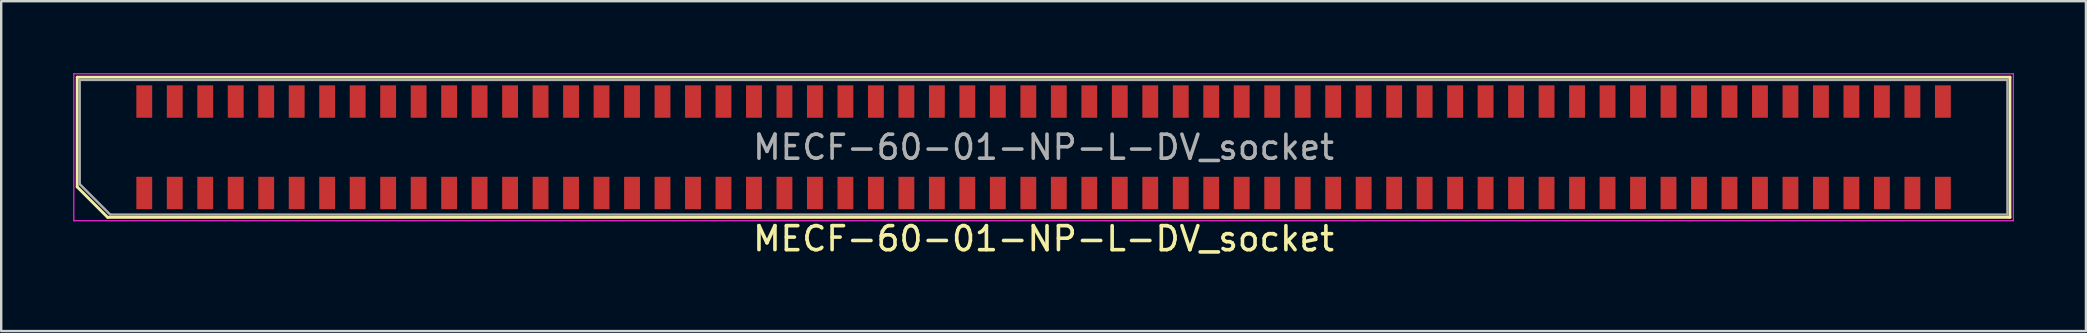
<source format=kicad_pcb>
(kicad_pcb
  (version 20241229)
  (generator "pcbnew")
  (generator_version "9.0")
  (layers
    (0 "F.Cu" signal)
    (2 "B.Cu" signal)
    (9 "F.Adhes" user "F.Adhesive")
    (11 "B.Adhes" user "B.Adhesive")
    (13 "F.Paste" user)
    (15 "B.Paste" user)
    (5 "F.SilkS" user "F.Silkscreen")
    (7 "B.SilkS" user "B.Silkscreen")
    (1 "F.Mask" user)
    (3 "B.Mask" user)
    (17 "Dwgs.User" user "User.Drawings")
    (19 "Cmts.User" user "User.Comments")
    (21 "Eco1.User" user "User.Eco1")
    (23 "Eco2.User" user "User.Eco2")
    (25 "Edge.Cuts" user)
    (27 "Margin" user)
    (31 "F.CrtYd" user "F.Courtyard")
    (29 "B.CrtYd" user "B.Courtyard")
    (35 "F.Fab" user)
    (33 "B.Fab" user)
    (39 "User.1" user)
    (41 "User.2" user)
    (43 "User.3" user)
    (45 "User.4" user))
  (footprint "MECF-60-01-NP-L-DV_socket"
    (layer "F.Cu")
    (at 40.425 3.085)
    (property "Reference" "MECF-60-01-NP-L-DV_socket" (at 0 3.81 0) (layer "F.SilkS") (effects (font (size 1 1) (thickness 0.15))))
    (attr smd)
    (fp_line (start -40.26 -2.92) (end 40.26 -2.92) (stroke (width 0.12) (type solid)) (layer "F.SilkS"))
    (fp_line (start -40.26 1.65) (end -40.26 -2.92) (stroke (width 0.12) (type solid)) (layer "F.SilkS"))
    (fp_line (start -38.99 2.92) (end -40.26 1.65) (stroke (width 0.12) (type solid)) (layer "F.SilkS"))
    (fp_line (start -38.99 2.92) (end 40.26 2.92) (stroke (width 0.12) (type solid)) (layer "F.SilkS"))
    (fp_line (start 40.26 2.92) (end 40.26 -2.92) (stroke (width 0.12) (type solid)) (layer "F.SilkS"))
    (fp_line (start -40.4 -3.06) (end -40.4 3.06) (stroke (width 0.05) (type solid)) (layer "F.CrtYd"))
    (fp_line (start -40.4 3.06) (end 40.4 3.06) (stroke (width 0.05) (type solid)) (layer "F.CrtYd"))
    (fp_line (start 40.4 -3.06) (end -40.4 -3.06) (stroke (width 0.05) (type solid)) (layer "F.CrtYd"))
    (fp_line (start 40.4 3.06) (end 40.4 -3.06) (stroke (width 0.05) (type solid)) (layer "F.CrtYd"))
    (fp_line (start -40.155 -2.805) (end 40.155 -2.805) (stroke (width 0.1) (type solid)) (layer "F.Fab"))
    (fp_line (start -40.155 1.535) (end -40.155 -2.805) (stroke (width 0.1) (type solid)) (layer "F.Fab"))
    (fp_line (start -40.155 1.535) (end -38.885 2.805) (stroke (width 0.1) (type solid)) (layer "F.Fab"))
    (fp_line (start -38.885 2.805) (end 40.155 2.805) (stroke (width 0.1) (type solid)) (layer "F.Fab"))
    (fp_line (start 40.155 2.805) (end 40.155 -2.805) (stroke (width 0.1) (type solid)) (layer "F.Fab"))
    (fp_text user "${REFERENCE}" (at 0 0 0) (layer "F.Fab") (effects (font (size 1 1) (thickness 0.15))))
    (pad "" np_thru_hole circle (at -39.245 0) (size 0.001 0.001) (drill 1.45) (layers "*.Cu" "*.Mask"))
    (pad "" np_thru_hole circle (at 39.245 1) (size 0.001 0.001) (drill 1.45) (layers "*.Cu" "*.Mask"))
    (pad "1" smd rect (at -37.465 1.905) (size 0.66 1.35) (layers "F.Cu" "F.Mask" "F.Paste"))
    (pad "2" smd rect (at -37.465 -1.905) (size 0.66 1.35) (layers "F.Cu" "F.Mask" "F.Paste"))
    (pad "3" smd rect (at -36.195 1.905) (size 0.66 1.35) (layers "F.Cu" "F.Mask" "F.Paste"))
    (pad "4" smd rect (at -36.195 -1.905) (size 0.66 1.35) (layers "F.Cu" "F.Mask" "F.Paste"))
    (pad "5" smd rect (at -34.925 1.905) (size 0.66 1.35) (layers "F.Cu" "F.Mask" "F.Paste"))
    (pad "6" smd rect (at -34.925 -1.905) (size 0.66 1.35) (layers "F.Cu" "F.Mask" "F.Paste"))
    (pad "7" smd rect (at -33.655 1.905) (size 0.66 1.35) (layers "F.Cu" "F.Mask" "F.Paste"))
    (pad "8" smd rect (at -33.655 -1.905) (size 0.66 1.35) (layers "F.Cu" "F.Mask" "F.Paste"))
    (pad "9" smd rect (at -32.385 1.905) (size 0.66 1.35) (layers "F.Cu" "F.Mask" "F.Paste"))
    (pad "10" smd rect (at -32.385 -1.905) (size 0.66 1.35) (layers "F.Cu" "F.Mask" "F.Paste"))
    (pad "11" smd rect (at -31.115 1.905) (size 0.66 1.35) (layers "F.Cu" "F.Mask" "F.Paste"))
    (pad "12" smd rect (at -31.115 -1.905) (size 0.66 1.35) (layers "F.Cu" "F.Mask" "F.Paste"))
    (pad "13" smd rect (at -29.845 1.905) (size 0.66 1.35) (layers "F.Cu" "F.Mask" "F.Paste"))
    (pad "14" smd rect (at -29.845 -1.905) (size 0.66 1.35) (layers "F.Cu" "F.Mask" "F.Paste"))
    (pad "15" smd rect (at -28.575 1.905) (size 0.66 1.35) (layers "F.Cu" "F.Mask" "F.Paste"))
    (pad "16" smd rect (at -28.575 -1.905) (size 0.66 1.35) (layers "F.Cu" "F.Mask" "F.Paste"))
    (pad "17" smd rect (at -27.305 1.905) (size 0.66 1.35) (layers "F.Cu" "F.Mask" "F.Paste"))
    (pad "18" smd rect (at -27.305 -1.905) (size 0.66 1.35) (layers "F.Cu" "F.Mask" "F.Paste"))
    (pad "19" smd rect (at -26.035 1.905) (size 0.66 1.35) (layers "F.Cu" "F.Mask" "F.Paste"))
    (pad "20" smd rect (at -26.035 -1.905) (size 0.66 1.35) (layers "F.Cu" "F.Mask" "F.Paste"))
    (pad "21" smd rect (at -24.765 1.905) (size 0.66 1.35) (layers "F.Cu" "F.Mask" "F.Paste"))
    (pad "22" smd rect (at -24.765 -1.905) (size 0.66 1.35) (layers "F.Cu" "F.Mask" "F.Paste"))
    (pad "23" smd rect (at -23.495 1.905) (size 0.66 1.35) (layers "F.Cu" "F.Mask" "F.Paste"))
    (pad "24" smd rect (at -23.495 -1.905) (size 0.66 1.35) (layers "F.Cu" "F.Mask" "F.Paste"))
    (pad "25" smd rect (at -22.225 1.905) (size 0.66 1.35) (layers "F.Cu" "F.Mask" "F.Paste"))
    (pad "26" smd rect (at -22.225 -1.905) (size 0.66 1.35) (layers "F.Cu" "F.Mask" "F.Paste"))
    (pad "27" smd rect (at -20.955 1.905) (size 0.66 1.35) (layers "F.Cu" "F.Mask" "F.Paste"))
    (pad "28" smd rect (at -20.955 -1.905) (size 0.66 1.35) (layers "F.Cu" "F.Mask" "F.Paste"))
    (pad "29" smd rect (at -19.685 1.905) (size 0.66 1.35) (layers "F.Cu" "F.Mask" "F.Paste"))
    (pad "30" smd rect (at -19.685 -1.905) (size 0.66 1.35) (layers "F.Cu" "F.Mask" "F.Paste"))
    (pad "31" smd rect (at -18.415 1.905) (size 0.66 1.35) (layers "F.Cu" "F.Mask" "F.Paste"))
    (pad "32" smd rect (at -18.415 -1.905) (size 0.66 1.35) (layers "F.Cu" "F.Mask" "F.Paste"))
    (pad "33" smd rect (at -17.145 1.905) (size 0.66 1.35) (layers "F.Cu" "F.Mask" "F.Paste"))
    (pad "34" smd rect (at -17.145 -1.905) (size 0.66 1.35) (layers "F.Cu" "F.Mask" "F.Paste"))
    (pad "35" smd rect (at -15.875 1.905) (size 0.66 1.35) (layers "F.Cu" "F.Mask" "F.Paste"))
    (pad "36" smd rect (at -15.875 -1.905) (size 0.66 1.35) (layers "F.Cu" "F.Mask" "F.Paste"))
    (pad "37" smd rect (at -14.605 1.905) (size 0.66 1.35) (layers "F.Cu" "F.Mask" "F.Paste"))
    (pad "38" smd rect (at -14.605 -1.905) (size 0.66 1.35) (layers "F.Cu" "F.Mask" "F.Paste"))
    (pad "39" smd rect (at -13.335 1.905) (size 0.66 1.35) (layers "F.Cu" "F.Mask" "F.Paste"))
    (pad "40" smd rect (at -13.335 -1.905) (size 0.66 1.35) (layers "F.Cu" "F.Mask" "F.Paste"))
    (pad "41" smd rect (at -12.065 1.905) (size 0.66 1.35) (layers "F.Cu" "F.Mask" "F.Paste"))
    (pad "42" smd rect (at -12.065 -1.905) (size 0.66 1.35) (layers "F.Cu" "F.Mask" "F.Paste"))
    (pad "43" smd rect (at -10.795 1.905) (size 0.66 1.35) (layers "F.Cu" "F.Mask" "F.Paste"))
    (pad "44" smd rect (at -10.795 -1.905) (size 0.66 1.35) (layers "F.Cu" "F.Mask" "F.Paste"))
    (pad "45" smd rect (at -9.525 1.905) (size 0.66 1.35) (layers "F.Cu" "F.Mask" "F.Paste"))
    (pad "46" smd rect (at -9.525 -1.905) (size 0.66 1.35) (layers "F.Cu" "F.Mask" "F.Paste"))
    (pad "47" smd rect (at -8.255 1.905) (size 0.66 1.35) (layers "F.Cu" "F.Mask" "F.Paste"))
    (pad "48" smd rect (at -8.255 -1.905) (size 0.66 1.35) (layers "F.Cu" "F.Mask" "F.Paste"))
    (pad "49" smd rect (at -6.985 1.905) (size 0.66 1.35) (layers "F.Cu" "F.Mask" "F.Paste"))
    (pad "50" smd rect (at -6.985 -1.905) (size 0.66 1.35) (layers "F.Cu" "F.Mask" "F.Paste"))
    (pad "51" smd rect (at -5.715 1.905) (size 0.66 1.35) (layers "F.Cu" "F.Mask" "F.Paste"))
    (pad "52" smd rect (at -5.715 -1.905) (size 0.66 1.35) (layers "F.Cu" "F.Mask" "F.Paste"))
    (pad "53" smd rect (at -4.445 1.905) (size 0.66 1.35) (layers "F.Cu" "F.Mask" "F.Paste"))
    (pad "54" smd rect (at -4.445 -1.905) (size 0.66 1.35) (layers "F.Cu" "F.Mask" "F.Paste"))
    (pad "55" smd rect (at -3.175 1.905) (size 0.66 1.35) (layers "F.Cu" "F.Mask" "F.Paste"))
    (pad "56" smd rect (at -3.175 -1.905) (size 0.66 1.35) (layers "F.Cu" "F.Mask" "F.Paste"))
    (pad "57" smd rect (at -1.905 1.905) (size 0.66 1.35) (layers "F.Cu" "F.Mask" "F.Paste"))
    (pad "58" smd rect (at -1.905 -1.905) (size 0.66 1.35) (layers "F.Cu" "F.Mask" "F.Paste"))
    (pad "59" smd rect (at -0.635 1.905) (size 0.66 1.35) (layers "F.Cu" "F.Mask" "F.Paste"))
    (pad "60" smd rect (at -0.635 -1.905) (size 0.66 1.35) (layers "F.Cu" "F.Mask" "F.Paste"))
    (pad "61" smd rect (at 0.635 1.905) (size 0.66 1.35) (layers "F.Cu" "F.Mask" "F.Paste"))
    (pad "62" smd rect (at 0.635 -1.905) (size 0.66 1.35) (layers "F.Cu" "F.Mask" "F.Paste"))
    (pad "63" smd rect (at 1.905 1.905) (size 0.66 1.35) (layers "F.Cu" "F.Mask" "F.Paste"))
    (pad "64" smd rect (at 1.905 -1.905) (size 0.66 1.35) (layers "F.Cu" "F.Mask" "F.Paste"))
    (pad "65" smd rect (at 3.175 1.905) (size 0.66 1.35) (layers "F.Cu" "F.Mask" "F.Paste"))
    (pad "66" smd rect (at 3.175 -1.905) (size 0.66 1.35) (layers "F.Cu" "F.Mask" "F.Paste"))
    (pad "67" smd rect (at 4.445 1.905) (size 0.66 1.35) (layers "F.Cu" "F.Mask" "F.Paste"))
    (pad "68" smd rect (at 4.445 -1.905) (size 0.66 1.35) (layers "F.Cu" "F.Mask" "F.Paste"))
    (pad "69" smd rect (at 5.715 1.905) (size 0.66 1.35) (layers "F.Cu" "F.Mask" "F.Paste"))
    (pad "70" smd rect (at 5.715 -1.905) (size 0.66 1.35) (layers "F.Cu" "F.Mask" "F.Paste"))
    (pad "71" smd rect (at 6.985 1.905) (size 0.66 1.35) (layers "F.Cu" "F.Mask" "F.Paste"))
    (pad "72" smd rect (at 6.985 -1.905) (size 0.66 1.35) (layers "F.Cu" "F.Mask" "F.Paste"))
    (pad "73" smd rect (at 8.255 1.905) (size 0.66 1.35) (layers "F.Cu" "F.Mask" "F.Paste"))
    (pad "74" smd rect (at 8.255 -1.905) (size 0.66 1.35) (layers "F.Cu" "F.Mask" "F.Paste"))
    (pad "75" smd rect (at 9.525 1.905) (size 0.66 1.35) (layers "F.Cu" "F.Mask" "F.Paste"))
    (pad "76" smd rect (at 9.525 -1.905) (size 0.66 1.35) (layers "F.Cu" "F.Mask" "F.Paste"))
    (pad "77" smd rect (at 10.795 1.905) (size 0.66 1.35) (layers "F.Cu" "F.Mask" "F.Paste"))
    (pad "78" smd rect (at 10.795 -1.905) (size 0.66 1.35) (layers "F.Cu" "F.Mask" "F.Paste"))
    (pad "79" smd rect (at 12.065 1.905) (size 0.66 1.35) (layers "F.Cu" "F.Mask" "F.Paste"))
    (pad "80" smd rect (at 12.065 -1.905) (size 0.66 1.35) (layers "F.Cu" "F.Mask" "F.Paste"))
    (pad "81" smd rect (at 13.335 1.905) (size 0.66 1.35) (layers "F.Cu" "F.Mask" "F.Paste"))
    (pad "82" smd rect (at 13.335 -1.905) (size 0.66 1.35) (layers "F.Cu" "F.Mask" "F.Paste"))
    (pad "83" smd rect (at 14.605 1.905) (size 0.66 1.35) (layers "F.Cu" "F.Mask" "F.Paste"))
    (pad "84" smd rect (at 14.605 -1.905) (size 0.66 1.35) (layers "F.Cu" "F.Mask" "F.Paste"))
    (pad "85" smd rect (at 15.875 1.905) (size 0.66 1.35) (layers "F.Cu" "F.Mask" "F.Paste"))
    (pad "86" smd rect (at 15.875 -1.905) (size 0.66 1.35) (layers "F.Cu" "F.Mask" "F.Paste"))
    (pad "87" smd rect (at 17.145 1.905) (size 0.66 1.35) (layers "F.Cu" "F.Mask" "F.Paste"))
    (pad "88" smd rect (at 17.145 -1.905) (size 0.66 1.35) (layers "F.Cu" "F.Mask" "F.Paste"))
    (pad "89" smd rect (at 18.415 1.905) (size 0.66 1.35) (layers "F.Cu" "F.Mask" "F.Paste"))
    (pad "90" smd rect (at 18.415 -1.905) (size 0.66 1.35) (layers "F.Cu" "F.Mask" "F.Paste"))
    (pad "91" smd rect (at 19.685 1.905) (size 0.66 1.35) (layers "F.Cu" "F.Mask" "F.Paste"))
    (pad "92" smd rect (at 19.685 -1.905) (size 0.66 1.35) (layers "F.Cu" "F.Mask" "F.Paste"))
    (pad "93" smd rect (at 20.955 1.905) (size 0.66 1.35) (layers "F.Cu" "F.Mask" "F.Paste"))
    (pad "94" smd rect (at 20.955 -1.905) (size 0.66 1.35) (layers "F.Cu" "F.Mask" "F.Paste"))
    (pad "95" smd rect (at 22.225 1.905) (size 0.66 1.35) (layers "F.Cu" "F.Mask" "F.Paste"))
    (pad "96" smd rect (at 22.225 -1.905) (size 0.66 1.35) (layers "F.Cu" "F.Mask" "F.Paste"))
    (pad "97" smd rect (at 23.495 1.905) (size 0.66 1.35) (layers "F.Cu" "F.Mask" "F.Paste"))
    (pad "98" smd rect (at 23.495 -1.905) (size 0.66 1.35) (layers "F.Cu" "F.Mask" "F.Paste"))
    (pad "99" smd rect (at 24.765 1.905) (size 0.66 1.35) (layers "F.Cu" "F.Mask" "F.Paste"))
    (pad "100" smd rect (at 24.765 -1.905) (size 0.66 1.35) (layers "F.Cu" "F.Mask" "F.Paste"))
    (pad "101" smd rect (at 26.035 1.905) (size 0.66 1.35) (layers "F.Cu" "F.Mask" "F.Paste"))
    (pad "102" smd rect (at 26.035 -1.905) (size 0.66 1.35) (layers "F.Cu" "F.Mask" "F.Paste"))
    (pad "103" smd rect (at 27.305 1.905) (size 0.66 1.35) (layers "F.Cu" "F.Mask" "F.Paste"))
    (pad "104" smd rect (at 27.305 -1.905) (size 0.66 1.35) (layers "F.Cu" "F.Mask" "F.Paste"))
    (pad "105" smd rect (at 28.575 1.905) (size 0.66 1.35) (layers "F.Cu" "F.Mask" "F.Paste"))
    (pad "106" smd rect (at 28.575 -1.905) (size 0.66 1.35) (layers "F.Cu" "F.Mask" "F.Paste"))
    (pad "107" smd rect (at 29.845 1.905) (size 0.66 1.35) (layers "F.Cu" "F.Mask" "F.Paste"))
    (pad "108" smd rect (at 29.845 -1.905) (size 0.66 1.35) (layers "F.Cu" "F.Mask" "F.Paste"))
    (pad "109" smd rect (at 31.115 1.905) (size 0.66 1.35) (layers "F.Cu" "F.Mask" "F.Paste"))
    (pad "110" smd rect (at 31.115 -1.905) (size 0.66 1.35) (layers "F.Cu" "F.Mask" "F.Paste"))
    (pad "111" smd rect (at 32.385 1.905) (size 0.66 1.35) (layers "F.Cu" "F.Mask" "F.Paste"))
    (pad "112" smd rect (at 32.385 -1.905) (size 0.66 1.35) (layers "F.Cu" "F.Mask" "F.Paste"))
    (pad "113" smd rect (at 33.655 1.905) (size 0.66 1.35) (layers "F.Cu" "F.Mask" "F.Paste"))
    (pad "114" smd rect (at 33.655 -1.905) (size 0.66 1.35) (layers "F.Cu" "F.Mask" "F.Paste"))
    (pad "115" smd rect (at 34.925 1.905) (size 0.66 1.35) (layers "F.Cu" "F.Mask" "F.Paste"))
    (pad "116" smd rect (at 34.925 -1.905) (size 0.66 1.35) (layers "F.Cu" "F.Mask" "F.Paste"))
    (pad "117" smd rect (at 36.195 1.905) (size 0.66 1.35) (layers "F.Cu" "F.Mask" "F.Paste"))
    (pad "118" smd rect (at 36.195 -1.905) (size 0.66 1.35) (layers "F.Cu" "F.Mask" "F.Paste"))
    (pad "119" smd rect (at 37.465 1.905) (size 0.66 1.35) (layers "F.Cu" "F.Mask" "F.Paste"))
    (pad "120" smd rect (at 37.465 -1.905) (size 0.66 1.35) (layers "F.Cu" "F.Mask" "F.Paste")))
  (gr_rect
    (start -3 -3)
    (end 83.85 10.743)
    (stroke (width 0.1) (type default))
    (fill no)
    (layer "Edge.Cuts")))
</source>
